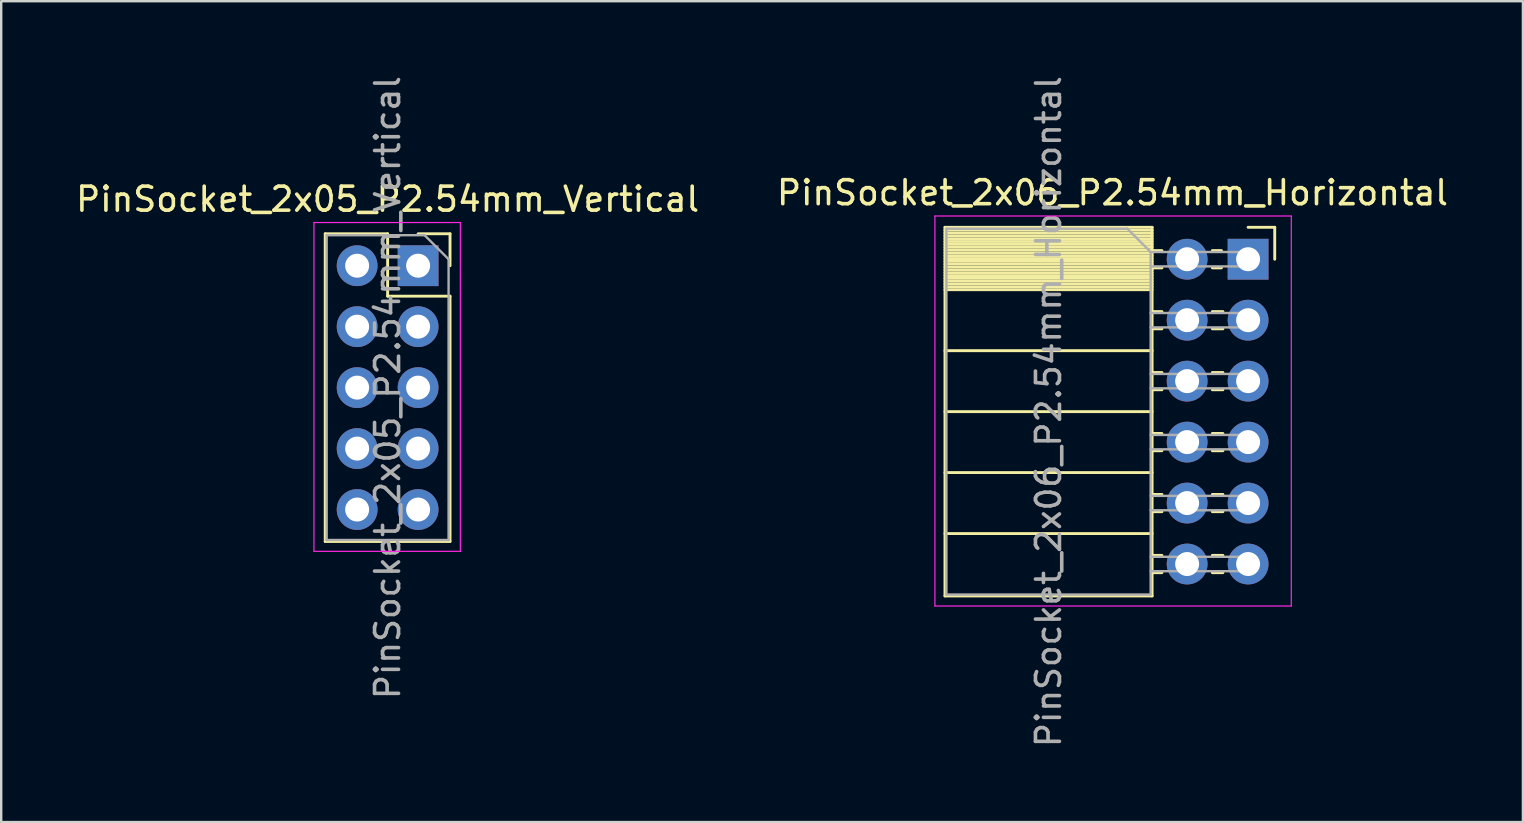
<source format=kicad_pcb>
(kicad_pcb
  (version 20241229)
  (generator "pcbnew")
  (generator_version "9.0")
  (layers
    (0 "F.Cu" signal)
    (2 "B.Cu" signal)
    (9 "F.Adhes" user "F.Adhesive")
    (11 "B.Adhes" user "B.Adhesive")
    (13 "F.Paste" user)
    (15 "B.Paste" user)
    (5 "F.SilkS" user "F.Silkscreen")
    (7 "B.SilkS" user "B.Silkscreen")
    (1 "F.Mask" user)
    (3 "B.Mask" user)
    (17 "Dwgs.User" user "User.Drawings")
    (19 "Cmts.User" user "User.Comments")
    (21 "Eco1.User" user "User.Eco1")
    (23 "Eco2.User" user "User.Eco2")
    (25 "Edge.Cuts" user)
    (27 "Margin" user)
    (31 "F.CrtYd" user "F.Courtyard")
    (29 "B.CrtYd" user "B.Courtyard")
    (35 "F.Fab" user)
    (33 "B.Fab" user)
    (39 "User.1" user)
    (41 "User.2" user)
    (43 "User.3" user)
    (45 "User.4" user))
  (footprint "PinSocket_2x05_P2.54mm_Vertical"
    (layer "F.Cu")
    (at 14.371 8.021)
    (property "Reference" "PinSocket_2x05_P2.54mm_Vertical" (at -1.27 -2.77 0) (layer "F.SilkS") (effects (font (size 1 1) (thickness 0.15))))
    (attr through_hole)
    (fp_line (start -3.87 -1.33) (end -3.87 11.49) (stroke (width 0.12) (type solid)) (layer "F.SilkS"))
    (fp_line (start -3.87 -1.33) (end -1.27 -1.33) (stroke (width 0.12) (type solid)) (layer "F.SilkS"))
    (fp_line (start -3.87 11.49) (end 1.33 11.49) (stroke (width 0.12) (type solid)) (layer "F.SilkS"))
    (fp_line (start -1.27 -1.33) (end -1.27 1.27) (stroke (width 0.12) (type solid)) (layer "F.SilkS"))
    (fp_line (start -1.27 1.27) (end 1.33 1.27) (stroke (width 0.12) (type solid)) (layer "F.SilkS"))
    (fp_line (start 0 -1.33) (end 1.33 -1.33) (stroke (width 0.12) (type solid)) (layer "F.SilkS"))
    (fp_line (start 1.33 -1.33) (end 1.33 0) (stroke (width 0.12) (type solid)) (layer "F.SilkS"))
    (fp_line (start 1.33 1.27) (end 1.33 11.49) (stroke (width 0.12) (type solid)) (layer "F.SilkS"))
    (fp_line (start -4.34 -1.8) (end 1.76 -1.8) (stroke (width 0.05) (type solid)) (layer "F.CrtYd"))
    (fp_line (start -4.34 11.9) (end -4.34 -1.8) (stroke (width 0.05) (type solid)) (layer "F.CrtYd"))
    (fp_line (start 1.76 -1.8) (end 1.76 11.9) (stroke (width 0.05) (type solid)) (layer "F.CrtYd"))
    (fp_line (start 1.76 11.9) (end -4.34 11.9) (stroke (width 0.05) (type solid)) (layer "F.CrtYd"))
    (fp_line (start -3.81 -1.27) (end 0.27 -1.27) (stroke (width 0.1) (type solid)) (layer "F.Fab"))
    (fp_line (start -3.81 11.43) (end -3.81 -1.27) (stroke (width 0.1) (type solid)) (layer "F.Fab"))
    (fp_line (start 0.27 -1.27) (end 1.27 -0.27) (stroke (width 0.1) (type solid)) (layer "F.Fab"))
    (fp_line (start 1.27 -0.27) (end 1.27 11.43) (stroke (width 0.1) (type solid)) (layer "F.Fab"))
    (fp_line (start 1.27 11.43) (end -3.81 11.43) (stroke (width 0.1) (type solid)) (layer "F.Fab"))
    (fp_text user "${REFERENCE}" (at -1.27 5.08 90) (layer "F.Fab") (effects (font (size 1 1) (thickness 0.15))))
    (pad "1" thru_hole rect (at 0 0) (size 1.7 1.7) (drill 1) (layers "*.Cu" "*.Mask"))
    (pad "2" thru_hole circle (at -2.54 0) (size 1.7 1.7) (drill 1) (layers "*.Cu" "*.Mask"))
    (pad "3" thru_hole circle (at 0 2.54) (size 1.7 1.7) (drill 1) (layers "*.Cu" "*.Mask"))
    (pad "4" thru_hole circle (at -2.54 2.54) (size 1.7 1.7) (drill 1) (layers "*.Cu" "*.Mask"))
    (pad "5" thru_hole circle (at 0 5.08) (size 1.7 1.7) (drill 1) (layers "*.Cu" "*.Mask"))
    (pad "6" thru_hole circle (at -2.54 5.08) (size 1.7 1.7) (drill 1) (layers "*.Cu" "*.Mask"))
    (pad "7" thru_hole circle (at 0 7.62) (size 1.7 1.7) (drill 1) (layers "*.Cu" "*.Mask"))
    (pad "8" thru_hole circle (at -2.54 7.62) (size 1.7 1.7) (drill 1) (layers "*.Cu" "*.Mask"))
    (pad "9" thru_hole circle (at 0 10.16) (size 1.7 1.7) (drill 1) (layers "*.Cu" "*.Mask"))
    (pad "10" thru_hole circle (at -2.54 10.16) (size 1.7 1.7) (drill 1) (layers "*.Cu" "*.Mask")))
  (footprint "PinSocket_2x06_P2.54mm_Horizontal"
    (layer "F.Cu")
    (at 48.954 7.751)
    (property "Reference" "PinSocket_2x06_P2.54mm_Horizontal" (at -5.65 -2.77 0) (layer "F.SilkS") (effects (font (size 1 1) (thickness 0.15))))
    (attr through_hole)
    (fp_line (start -12.63 -1.33) (end -12.63 14.03) (stroke (width 0.12) (type solid)) (layer "F.SilkS"))
    (fp_line (start -12.63 -1.33) (end -4 -1.33) (stroke (width 0.12) (type solid)) (layer "F.SilkS"))
    (fp_line (start -12.63 -1.21) (end -4 -1.21) (stroke (width 0.12) (type solid)) (layer "F.SilkS"))
    (fp_line (start -12.63 -1.092) (end -4 -1.092) (stroke (width 0.12) (type solid)) (layer "F.SilkS"))
    (fp_line (start -12.63 -0.974) (end -4 -0.974) (stroke (width 0.12) (type solid)) (layer "F.SilkS"))
    (fp_line (start -12.63 -0.856) (end -4 -0.856) (stroke (width 0.12) (type solid)) (layer "F.SilkS"))
    (fp_line (start -12.63 -0.738) (end -4 -0.738) (stroke (width 0.12) (type solid)) (layer "F.SilkS"))
    (fp_line (start -12.63 -0.62) (end -4 -0.62) (stroke (width 0.12) (type solid)) (layer "F.SilkS"))
    (fp_line (start -12.63 -0.501) (end -4 -0.501) (stroke (width 0.12) (type solid)) (layer "F.SilkS"))
    (fp_line (start -12.63 -0.383) (end -4 -0.383) (stroke (width 0.12) (type solid)) (layer "F.SilkS"))
    (fp_line (start -12.63 -0.265) (end -4 -0.265) (stroke (width 0.12) (type solid)) (layer "F.SilkS"))
    (fp_line (start -12.63 -0.147) (end -4 -0.147) (stroke (width 0.12) (type solid)) (layer "F.SilkS"))
    (fp_line (start -12.63 -0.029) (end -4 -0.029) (stroke (width 0.12) (type solid)) (layer "F.SilkS"))
    (fp_line (start -12.63 0.089) (end -4 0.089) (stroke (width 0.12) (type solid)) (layer "F.SilkS"))
    (fp_line (start -12.63 0.207) (end -4 0.207) (stroke (width 0.12) (type solid)) (layer "F.SilkS"))
    (fp_line (start -12.63 0.325) (end -4 0.325) (stroke (width 0.12) (type solid)) (layer "F.SilkS"))
    (fp_line (start -12.63 0.443) (end -4 0.443) (stroke (width 0.12) (type solid)) (layer "F.SilkS"))
    (fp_line (start -12.63 0.561) (end -4 0.561) (stroke (width 0.12) (type solid)) (layer "F.SilkS"))
    (fp_line (start -12.63 0.68) (end -4 0.68) (stroke (width 0.12) (type solid)) (layer "F.SilkS"))
    (fp_line (start -12.63 0.798) (end -4 0.798) (stroke (width 0.12) (type solid)) (layer "F.SilkS"))
    (fp_line (start -12.63 0.916) (end -4 0.916) (stroke (width 0.12) (type solid)) (layer "F.SilkS"))
    (fp_line (start -12.63 1.034) (end -4 1.034) (stroke (width 0.12) (type solid)) (layer "F.SilkS"))
    (fp_line (start -12.63 1.152) (end -4 1.152) (stroke (width 0.12) (type solid)) (layer "F.SilkS"))
    (fp_line (start -12.63 1.27) (end -4 1.27) (stroke (width 0.12) (type solid)) (layer "F.SilkS"))
    (fp_line (start -12.63 3.81) (end -4 3.81) (stroke (width 0.12) (type solid)) (layer "F.SilkS"))
    (fp_line (start -12.63 6.35) (end -4 6.35) (stroke (width 0.12) (type solid)) (layer "F.SilkS"))
    (fp_line (start -12.63 8.89) (end -4 8.89) (stroke (width 0.12) (type solid)) (layer "F.SilkS"))
    (fp_line (start -12.63 11.43) (end -4 11.43) (stroke (width 0.12) (type solid)) (layer "F.SilkS"))
    (fp_line (start -12.63 14.03) (end -4 14.03) (stroke (width 0.12) (type solid)) (layer "F.SilkS"))
    (fp_line (start -4 -1.33) (end -4 14.03) (stroke (width 0.12) (type solid)) (layer "F.SilkS"))
    (fp_line (start -4 -0.36) (end -3.59 -0.36) (stroke (width 0.12) (type solid)) (layer "F.SilkS"))
    (fp_line (start -4 0.36) (end -3.59 0.36) (stroke (width 0.12) (type solid)) (layer "F.SilkS"))
    (fp_line (start -4 2.18) (end -3.59 2.18) (stroke (width 0.12) (type solid)) (layer "F.SilkS"))
    (fp_line (start -4 2.9) (end -3.59 2.9) (stroke (width 0.12) (type solid)) (layer "F.SilkS"))
    (fp_line (start -4 4.72) (end -3.59 4.72) (stroke (width 0.12) (type solid)) (layer "F.SilkS"))
    (fp_line (start -4 5.44) (end -3.59 5.44) (stroke (width 0.12) (type solid)) (layer "F.SilkS"))
    (fp_line (start -4 7.26) (end -3.59 7.26) (stroke (width 0.12) (type solid)) (layer "F.SilkS"))
    (fp_line (start -4 7.98) (end -3.59 7.98) (stroke (width 0.12) (type solid)) (layer "F.SilkS"))
    (fp_line (start -4 9.8) (end -3.59 9.8) (stroke (width 0.12) (type solid)) (layer "F.SilkS"))
    (fp_line (start -4 10.52) (end -3.59 10.52) (stroke (width 0.12) (type solid)) (layer "F.SilkS"))
    (fp_line (start -4 12.34) (end -3.59 12.34) (stroke (width 0.12) (type solid)) (layer "F.SilkS"))
    (fp_line (start -4 13.06) (end -3.59 13.06) (stroke (width 0.12) (type solid)) (layer "F.SilkS"))
    (fp_line (start -1.49 -0.36) (end -1.11 -0.36) (stroke (width 0.12) (type solid)) (layer "F.SilkS"))
    (fp_line (start -1.49 0.36) (end -1.11 0.36) (stroke (width 0.12) (type solid)) (layer "F.SilkS"))
    (fp_line (start -1.49 2.18) (end -1.05 2.18) (stroke (width 0.12) (type solid)) (layer "F.SilkS"))
    (fp_line (start -1.49 2.9) (end -1.05 2.9) (stroke (width 0.12) (type solid)) (layer "F.SilkS"))
    (fp_line (start -1.49 4.72) (end -1.05 4.72) (stroke (width 0.12) (type solid)) (layer "F.SilkS"))
    (fp_line (start -1.49 5.44) (end -1.05 5.44) (stroke (width 0.12) (type solid)) (layer "F.SilkS"))
    (fp_line (start -1.49 7.26) (end -1.05 7.26) (stroke (width 0.12) (type solid)) (layer "F.SilkS"))
    (fp_line (start -1.49 7.98) (end -1.05 7.98) (stroke (width 0.12) (type solid)) (layer "F.SilkS"))
    (fp_line (start -1.49 9.8) (end -1.05 9.8) (stroke (width 0.12) (type solid)) (layer "F.SilkS"))
    (fp_line (start -1.49 10.52) (end -1.05 10.52) (stroke (width 0.12) (type solid)) (layer "F.SilkS"))
    (fp_line (start -1.49 12.34) (end -1.05 12.34) (stroke (width 0.12) (type solid)) (layer "F.SilkS"))
    (fp_line (start -1.49 13.06) (end -1.05 13.06) (stroke (width 0.12) (type solid)) (layer "F.SilkS"))
    (fp_line (start 0 -1.33) (end 1.11 -1.33) (stroke (width 0.12) (type solid)) (layer "F.SilkS"))
    (fp_line (start 1.11 -1.33) (end 1.11 0) (stroke (width 0.12) (type solid)) (layer "F.SilkS"))
    (fp_line (start -13.05 -1.8) (end -13.05 14.45) (stroke (width 0.05) (type solid)) (layer "F.CrtYd"))
    (fp_line (start -13.05 14.45) (end 1.8 14.45) (stroke (width 0.05) (type solid)) (layer "F.CrtYd"))
    (fp_line (start 1.8 -1.8) (end -13.05 -1.8) (stroke (width 0.05) (type solid)) (layer "F.CrtYd"))
    (fp_line (start 1.8 14.45) (end 1.8 -1.8) (stroke (width 0.05) (type solid)) (layer "F.CrtYd"))
    (fp_line (start -12.57 -1.27) (end -5.03 -1.27) (stroke (width 0.1) (type solid)) (layer "F.Fab"))
    (fp_line (start -12.57 13.97) (end -12.57 -1.27) (stroke (width 0.1) (type solid)) (layer "F.Fab"))
    (fp_line (start -5.03 -1.27) (end -4.06 -0.3) (stroke (width 0.1) (type solid)) (layer "F.Fab"))
    (fp_line (start -4.06 -0.3) (end -4.06 13.97) (stroke (width 0.1) (type solid)) (layer "F.Fab"))
    (fp_line (start -4.06 0.3) (end 0 0.3) (stroke (width 0.1) (type solid)) (layer "F.Fab"))
    (fp_line (start -4.06 2.84) (end 0 2.84) (stroke (width 0.1) (type solid)) (layer "F.Fab"))
    (fp_line (start -4.06 5.38) (end 0 5.38) (stroke (width 0.1) (type solid)) (layer "F.Fab"))
    (fp_line (start -4.06 7.92) (end 0 7.92) (stroke (width 0.1) (type solid)) (layer "F.Fab"))
    (fp_line (start -4.06 10.46) (end 0 10.46) (stroke (width 0.1) (type solid)) (layer "F.Fab"))
    (fp_line (start -4.06 13) (end 0 13) (stroke (width 0.1) (type solid)) (layer "F.Fab"))
    (fp_line (start -4.06 13.97) (end -12.57 13.97) (stroke (width 0.1) (type solid)) (layer "F.Fab"))
    (fp_line (start 0 -0.3) (end -4.06 -0.3) (stroke (width 0.1) (type solid)) (layer "F.Fab"))
    (fp_line (start 0 0.3) (end 0 -0.3) (stroke (width 0.1) (type solid)) (layer "F.Fab"))
    (fp_line (start 0 2.24) (end -4.06 2.24) (stroke (width 0.1) (type solid)) (layer "F.Fab"))
    (fp_line (start 0 2.84) (end 0 2.24) (stroke (width 0.1) (type solid)) (layer "F.Fab"))
    (fp_line (start 0 4.78) (end -4.06 4.78) (stroke (width 0.1) (type solid)) (layer "F.Fab"))
    (fp_line (start 0 5.38) (end 0 4.78) (stroke (width 0.1) (type solid)) (layer "F.Fab"))
    (fp_line (start 0 7.32) (end -4.06 7.32) (stroke (width 0.1) (type solid)) (layer "F.Fab"))
    (fp_line (start 0 7.92) (end 0 7.32) (stroke (width 0.1) (type solid)) (layer "F.Fab"))
    (fp_line (start 0 9.86) (end -4.06 9.86) (stroke (width 0.1) (type solid)) (layer "F.Fab"))
    (fp_line (start 0 10.46) (end 0 9.86) (stroke (width 0.1) (type solid)) (layer "F.Fab"))
    (fp_line (start 0 12.4) (end -4.06 12.4) (stroke (width 0.1) (type solid)) (layer "F.Fab"))
    (fp_line (start 0 13) (end 0 12.4) (stroke (width 0.1) (type solid)) (layer "F.Fab"))
    (fp_text user "${REFERENCE}" (at -8.315 6.35 90) (layer "F.Fab") (effects (font (size 1 1) (thickness 0.15))))
    (pad "1" thru_hole rect (at 0 0) (size 1.7 1.7) (drill 1) (layers "*.Cu" "*.Mask"))
    (pad "2" thru_hole circle (at -2.54 0) (size 1.7 1.7) (drill 1) (layers "*.Cu" "*.Mask"))
    (pad "3" thru_hole circle (at 0 2.54) (size 1.7 1.7) (drill 1) (layers "*.Cu" "*.Mask"))
    (pad "4" thru_hole circle (at -2.54 2.54) (size 1.7 1.7) (drill 1) (layers "*.Cu" "*.Mask"))
    (pad "5" thru_hole circle (at 0 5.08) (size 1.7 1.7) (drill 1) (layers "*.Cu" "*.Mask"))
    (pad "6" thru_hole circle (at -2.54 5.08) (size 1.7 1.7) (drill 1) (layers "*.Cu" "*.Mask"))
    (pad "7" thru_hole circle (at 0 7.62) (size 1.7 1.7) (drill 1) (layers "*.Cu" "*.Mask"))
    (pad "8" thru_hole circle (at -2.54 7.62) (size 1.7 1.7) (drill 1) (layers "*.Cu" "*.Mask"))
    (pad "9" thru_hole circle (at 0 10.16) (size 1.7 1.7) (drill 1) (layers "*.Cu" "*.Mask"))
    (pad "10" thru_hole circle (at -2.54 10.16) (size 1.7 1.7) (drill 1) (layers "*.Cu" "*.Mask"))
    (pad "11" thru_hole circle (at 0 12.7) (size 1.7 1.7) (drill 1) (layers "*.Cu" "*.Mask"))
    (pad "12" thru_hole circle (at -2.54 12.7) (size 1.7 1.7) (drill 1) (layers "*.Cu" "*.Mask")))
  (gr_rect
    (start -3 -3)
    (end 60.405 31.202)
    (stroke (width 0.1) (type default))
    (fill no)
    (layer "Edge.Cuts")))
</source>
